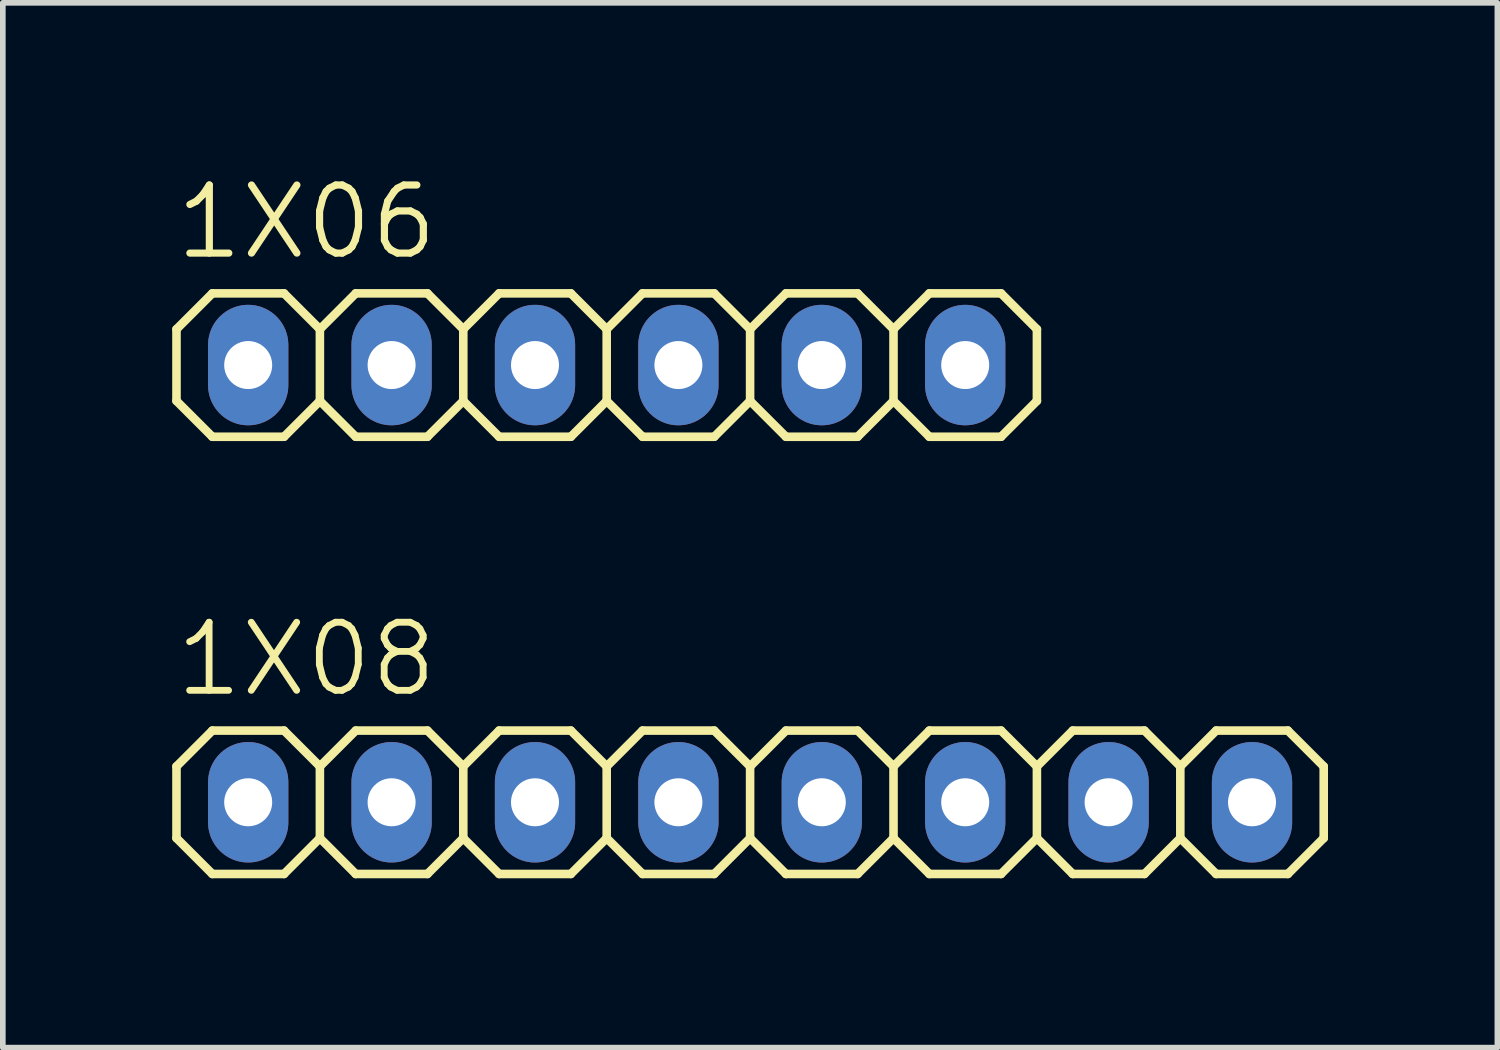
<source format=kicad_pcb>
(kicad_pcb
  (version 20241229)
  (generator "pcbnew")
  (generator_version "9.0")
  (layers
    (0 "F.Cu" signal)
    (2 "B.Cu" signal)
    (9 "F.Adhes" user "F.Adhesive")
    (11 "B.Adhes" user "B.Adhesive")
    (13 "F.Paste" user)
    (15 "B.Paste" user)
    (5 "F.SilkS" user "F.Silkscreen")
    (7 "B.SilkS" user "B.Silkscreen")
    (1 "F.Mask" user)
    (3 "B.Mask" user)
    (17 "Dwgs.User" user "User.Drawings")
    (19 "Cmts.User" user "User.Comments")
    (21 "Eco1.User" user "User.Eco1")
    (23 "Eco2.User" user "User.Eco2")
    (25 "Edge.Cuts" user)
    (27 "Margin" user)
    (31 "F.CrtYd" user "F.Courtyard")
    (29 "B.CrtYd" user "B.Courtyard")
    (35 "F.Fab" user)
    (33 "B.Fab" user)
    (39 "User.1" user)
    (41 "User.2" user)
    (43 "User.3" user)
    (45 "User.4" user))
  (footprint "1X06"
    (layer "F.Cu")
    (at 7.696 3.416)
    (property "Reference" "1X06" (at -7.696 -1.829 0) (layer "F.SilkS") (effects (font (size 1.206 1.206) (thickness 0.127)) (justify left bottom)))
    (attr through_hole)
    (fp_line (start -7.62 -0.635) (end -7.62 0.635) (stroke (width 0.152) (type solid)) (layer "F.SilkS"))
    (fp_line (start -7.62 0.635) (end -6.985 1.27) (stroke (width 0.152) (type solid)) (layer "F.SilkS"))
    (fp_line (start -6.985 -1.27) (end -7.62 -0.635) (stroke (width 0.152) (type solid)) (layer "F.SilkS"))
    (fp_line (start -6.985 -1.27) (end -5.715 -1.27) (stroke (width 0.152) (type solid)) (layer "F.SilkS"))
    (fp_line (start -5.715 -1.27) (end -5.08 -0.635) (stroke (width 0.152) (type solid)) (layer "F.SilkS"))
    (fp_line (start -5.715 1.27) (end -6.985 1.27) (stroke (width 0.152) (type solid)) (layer "F.SilkS"))
    (fp_line (start -5.08 -0.635) (end -5.08 0.635) (stroke (width 0.152) (type solid)) (layer "F.SilkS"))
    (fp_line (start -5.08 -0.635) (end -4.445 -1.27) (stroke (width 0.152) (type solid)) (layer "F.SilkS"))
    (fp_line (start -5.08 0.635) (end -5.715 1.27) (stroke (width 0.152) (type solid)) (layer "F.SilkS"))
    (fp_line (start -4.445 -1.27) (end -3.175 -1.27) (stroke (width 0.152) (type solid)) (layer "F.SilkS"))
    (fp_line (start -4.445 1.27) (end -5.08 0.635) (stroke (width 0.152) (type solid)) (layer "F.SilkS"))
    (fp_line (start -3.175 -1.27) (end -2.54 -0.635) (stroke (width 0.152) (type solid)) (layer "F.SilkS"))
    (fp_line (start -3.175 1.27) (end -4.445 1.27) (stroke (width 0.152) (type solid)) (layer "F.SilkS"))
    (fp_line (start -2.54 -0.635) (end -2.54 0.635) (stroke (width 0.152) (type solid)) (layer "F.SilkS"))
    (fp_line (start -2.54 -0.635) (end -1.905 -1.27) (stroke (width 0.152) (type solid)) (layer "F.SilkS"))
    (fp_line (start -2.54 0.635) (end -3.175 1.27) (stroke (width 0.152) (type solid)) (layer "F.SilkS"))
    (fp_line (start -1.905 -1.27) (end -0.635 -1.27) (stroke (width 0.152) (type solid)) (layer "F.SilkS"))
    (fp_line (start -1.905 1.27) (end -2.54 0.635) (stroke (width 0.152) (type solid)) (layer "F.SilkS"))
    (fp_line (start -0.635 -1.27) (end 0 -0.635) (stroke (width 0.152) (type solid)) (layer "F.SilkS"))
    (fp_line (start -0.635 1.27) (end -1.905 1.27) (stroke (width 0.152) (type solid)) (layer "F.SilkS"))
    (fp_line (start 0 -0.635) (end 0 0.635) (stroke (width 0.152) (type solid)) (layer "F.SilkS"))
    (fp_line (start 0 0.635) (end -0.635 1.27) (stroke (width 0.152) (type solid)) (layer "F.SilkS"))
    (fp_line (start 0 0.635) (end 0.635 1.27) (stroke (width 0.152) (type solid)) (layer "F.SilkS"))
    (fp_line (start 0.635 -1.27) (end 0 -0.635) (stroke (width 0.152) (type solid)) (layer "F.SilkS"))
    (fp_line (start 0.635 -1.27) (end 1.905 -1.27) (stroke (width 0.152) (type solid)) (layer "F.SilkS"))
    (fp_line (start 1.905 -1.27) (end 2.54 -0.635) (stroke (width 0.152) (type solid)) (layer "F.SilkS"))
    (fp_line (start 1.905 1.27) (end 0.635 1.27) (stroke (width 0.152) (type solid)) (layer "F.SilkS"))
    (fp_line (start 2.54 -0.635) (end 2.54 0.635) (stroke (width 0.152) (type solid)) (layer "F.SilkS"))
    (fp_line (start 2.54 -0.635) (end 3.175 -1.27) (stroke (width 0.152) (type solid)) (layer "F.SilkS"))
    (fp_line (start 2.54 0.635) (end 1.905 1.27) (stroke (width 0.152) (type solid)) (layer "F.SilkS"))
    (fp_line (start 3.175 -1.27) (end 4.445 -1.27) (stroke (width 0.152) (type solid)) (layer "F.SilkS"))
    (fp_line (start 3.175 1.27) (end 2.54 0.635) (stroke (width 0.152) (type solid)) (layer "F.SilkS"))
    (fp_line (start 4.445 -1.27) (end 5.08 -0.635) (stroke (width 0.152) (type solid)) (layer "F.SilkS"))
    (fp_line (start 4.445 1.27) (end 3.175 1.27) (stroke (width 0.152) (type solid)) (layer "F.SilkS"))
    (fp_line (start 5.08 -0.635) (end 5.08 0.635) (stroke (width 0.152) (type solid)) (layer "F.SilkS"))
    (fp_line (start 5.08 0.635) (end 4.445 1.27) (stroke (width 0.152) (type solid)) (layer "F.SilkS"))
    (fp_line (start 5.08 0.635) (end 5.715 1.27) (stroke (width 0.152) (type solid)) (layer "F.SilkS"))
    (fp_line (start 5.715 -1.27) (end 5.08 -0.635) (stroke (width 0.152) (type solid)) (layer "F.SilkS"))
    (fp_line (start 5.715 -1.27) (end 6.985 -1.27) (stroke (width 0.152) (type solid)) (layer "F.SilkS"))
    (fp_line (start 6.985 -1.27) (end 7.62 -0.635) (stroke (width 0.152) (type solid)) (layer "F.SilkS"))
    (fp_line (start 6.985 1.27) (end 5.715 1.27) (stroke (width 0.152) (type solid)) (layer "F.SilkS"))
    (fp_line (start 7.62 -0.635) (end 7.62 0.635) (stroke (width 0.152) (type solid)) (layer "F.SilkS"))
    (fp_line (start 7.62 0.635) (end 6.985 1.27) (stroke (width 0.152) (type solid)) (layer "F.SilkS"))
    (fp_poly (pts (xy -6.604 0.254) (xy -6.096 0.254) (xy -6.096 -0.254) (xy -6.604 -0.254)) (stroke (width 0.1) (type solid)) (fill no) (layer "F.Fab"))
    (fp_poly (pts (xy -4.064 0.254) (xy -3.556 0.254) (xy -3.556 -0.254) (xy -4.064 -0.254)) (stroke (width 0.1) (type solid)) (fill no) (layer "F.Fab"))
    (fp_poly (pts (xy -1.524 0.254) (xy -1.016 0.254) (xy -1.016 -0.254) (xy -1.524 -0.254)) (stroke (width 0.1) (type solid)) (fill no) (layer "F.Fab"))
    (fp_poly (pts (xy 1.016 0.254) (xy 1.524 0.254) (xy 1.524 -0.254) (xy 1.016 -0.254)) (stroke (width 0.1) (type solid)) (fill no) (layer "F.Fab"))
    (fp_poly (pts (xy 3.556 0.254) (xy 4.064 0.254) (xy 4.064 -0.254) (xy 3.556 -0.254)) (stroke (width 0.1) (type solid)) (fill no) (layer "F.Fab"))
    (fp_poly (pts (xy 6.096 0.254) (xy 6.604 0.254) (xy 6.604 -0.254) (xy 6.096 -0.254)) (stroke (width 0.1) (type solid)) (fill no) (layer "F.Fab"))
    (pad "1" thru_hole oval (at -6.35 0 90) (size 2.134 1.422) (drill 0.85) (layers "*.Cu" "*.Mask"))
    (pad "2" thru_hole oval (at -3.81 0 90) (size 2.134 1.422) (drill 0.85) (layers "*.Cu" "*.Mask"))
    (pad "3" thru_hole oval (at -1.27 0 90) (size 2.134 1.422) (drill 0.85) (layers "*.Cu" "*.Mask"))
    (pad "4" thru_hole oval (at 1.27 0 90) (size 2.134 1.422) (drill 0.85) (layers "*.Cu" "*.Mask"))
    (pad "5" thru_hole oval (at 3.81 0 90) (size 2.134 1.422) (drill 0.85) (layers "*.Cu" "*.Mask"))
    (pad "6" thru_hole oval (at 6.35 0 90) (size 2.134 1.422) (drill 0.85) (layers "*.Cu" "*.Mask")))
  (footprint "1X08"
    (layer "F.Cu")
    (at 10.236 11.16)
    (property "Reference" "1X08" (at -10.236 -1.829 0) (layer "F.SilkS") (effects (font (size 1.206 1.206) (thickness 0.121)) (justify left bottom)))
    (attr through_hole)
    (fp_line (start -10.16 -0.635) (end -10.16 0.635) (stroke (width 0.152) (type solid)) (layer "F.SilkS"))
    (fp_line (start -10.16 0.635) (end -9.525 1.27) (stroke (width 0.152) (type solid)) (layer "F.SilkS"))
    (fp_line (start -9.525 -1.27) (end -10.16 -0.635) (stroke (width 0.152) (type solid)) (layer "F.SilkS"))
    (fp_line (start -9.525 -1.27) (end -8.255 -1.27) (stroke (width 0.152) (type solid)) (layer "F.SilkS"))
    (fp_line (start -8.255 -1.27) (end -7.62 -0.635) (stroke (width 0.152) (type solid)) (layer "F.SilkS"))
    (fp_line (start -8.255 1.27) (end -9.525 1.27) (stroke (width 0.152) (type solid)) (layer "F.SilkS"))
    (fp_line (start -7.62 -0.635) (end -7.62 0.635) (stroke (width 0.152) (type solid)) (layer "F.SilkS"))
    (fp_line (start -7.62 -0.635) (end -6.985 -1.27) (stroke (width 0.152) (type solid)) (layer "F.SilkS"))
    (fp_line (start -7.62 0.635) (end -8.255 1.27) (stroke (width 0.152) (type solid)) (layer "F.SilkS"))
    (fp_line (start -6.985 -1.27) (end -5.715 -1.27) (stroke (width 0.152) (type solid)) (layer "F.SilkS"))
    (fp_line (start -6.985 1.27) (end -7.62 0.635) (stroke (width 0.152) (type solid)) (layer "F.SilkS"))
    (fp_line (start -5.715 -1.27) (end -5.08 -0.635) (stroke (width 0.152) (type solid)) (layer "F.SilkS"))
    (fp_line (start -5.715 1.27) (end -6.985 1.27) (stroke (width 0.152) (type solid)) (layer "F.SilkS"))
    (fp_line (start -5.08 -0.635) (end -5.08 0.635) (stroke (width 0.152) (type solid)) (layer "F.SilkS"))
    (fp_line (start -5.08 -0.635) (end -4.445 -1.27) (stroke (width 0.152) (type solid)) (layer "F.SilkS"))
    (fp_line (start -5.08 0.635) (end -5.715 1.27) (stroke (width 0.152) (type solid)) (layer "F.SilkS"))
    (fp_line (start -4.445 -1.27) (end -3.175 -1.27) (stroke (width 0.152) (type solid)) (layer "F.SilkS"))
    (fp_line (start -4.445 1.27) (end -5.08 0.635) (stroke (width 0.152) (type solid)) (layer "F.SilkS"))
    (fp_line (start -3.175 -1.27) (end -2.54 -0.635) (stroke (width 0.152) (type solid)) (layer "F.SilkS"))
    (fp_line (start -3.175 1.27) (end -4.445 1.27) (stroke (width 0.152) (type solid)) (layer "F.SilkS"))
    (fp_line (start -2.54 -0.635) (end -2.54 0.635) (stroke (width 0.152) (type solid)) (layer "F.SilkS"))
    (fp_line (start -2.54 0.635) (end -3.175 1.27) (stroke (width 0.152) (type solid)) (layer "F.SilkS"))
    (fp_line (start -2.54 0.635) (end -1.905 1.27) (stroke (width 0.152) (type solid)) (layer "F.SilkS"))
    (fp_line (start -1.905 -1.27) (end -2.54 -0.635) (stroke (width 0.152) (type solid)) (layer "F.SilkS"))
    (fp_line (start -1.905 -1.27) (end -0.635 -1.27) (stroke (width 0.152) (type solid)) (layer "F.SilkS"))
    (fp_line (start -0.635 -1.27) (end 0 -0.635) (stroke (width 0.152) (type solid)) (layer "F.SilkS"))
    (fp_line (start -0.635 1.27) (end -1.905 1.27) (stroke (width 0.152) (type solid)) (layer "F.SilkS"))
    (fp_line (start 0 -0.635) (end 0 0.635) (stroke (width 0.152) (type solid)) (layer "F.SilkS"))
    (fp_line (start 0 -0.635) (end 0.635 -1.27) (stroke (width 0.152) (type solid)) (layer "F.SilkS"))
    (fp_line (start 0 0.635) (end -0.635 1.27) (stroke (width 0.152) (type solid)) (layer "F.SilkS"))
    (fp_line (start 0.635 -1.27) (end 1.905 -1.27) (stroke (width 0.152) (type solid)) (layer "F.SilkS"))
    (fp_line (start 0.635 1.27) (end 0 0.635) (stroke (width 0.152) (type solid)) (layer "F.SilkS"))
    (fp_line (start 1.905 -1.27) (end 2.54 -0.635) (stroke (width 0.152) (type solid)) (layer "F.SilkS"))
    (fp_line (start 1.905 1.27) (end 0.635 1.27) (stroke (width 0.152) (type solid)) (layer "F.SilkS"))
    (fp_line (start 2.54 -0.635) (end 2.54 0.635) (stroke (width 0.152) (type solid)) (layer "F.SilkS"))
    (fp_line (start 2.54 -0.635) (end 3.175 -1.27) (stroke (width 0.152) (type solid)) (layer "F.SilkS"))
    (fp_line (start 2.54 0.635) (end 1.905 1.27) (stroke (width 0.152) (type solid)) (layer "F.SilkS"))
    (fp_line (start 3.175 -1.27) (end 4.445 -1.27) (stroke (width 0.152) (type solid)) (layer "F.SilkS"))
    (fp_line (start 3.175 1.27) (end 2.54 0.635) (stroke (width 0.152) (type solid)) (layer "F.SilkS"))
    (fp_line (start 4.445 -1.27) (end 5.08 -0.635) (stroke (width 0.152) (type solid)) (layer "F.SilkS"))
    (fp_line (start 4.445 1.27) (end 3.175 1.27) (stroke (width 0.152) (type solid)) (layer "F.SilkS"))
    (fp_line (start 5.08 -0.635) (end 5.08 0.635) (stroke (width 0.152) (type solid)) (layer "F.SilkS"))
    (fp_line (start 5.08 0.635) (end 4.445 1.27) (stroke (width 0.152) (type solid)) (layer "F.SilkS"))
    (fp_line (start 5.08 0.635) (end 5.715 1.27) (stroke (width 0.152) (type solid)) (layer "F.SilkS"))
    (fp_line (start 5.715 -1.27) (end 5.08 -0.635) (stroke (width 0.152) (type solid)) (layer "F.SilkS"))
    (fp_line (start 5.715 -1.27) (end 6.985 -1.27) (stroke (width 0.152) (type solid)) (layer "F.SilkS"))
    (fp_line (start 6.985 -1.27) (end 7.62 -0.635) (stroke (width 0.152) (type solid)) (layer "F.SilkS"))
    (fp_line (start 6.985 1.27) (end 5.715 1.27) (stroke (width 0.152) (type solid)) (layer "F.SilkS"))
    (fp_line (start 7.62 -0.635) (end 7.62 0.635) (stroke (width 0.152) (type solid)) (layer "F.SilkS"))
    (fp_line (start 7.62 0.635) (end 6.985 1.27) (stroke (width 0.152) (type solid)) (layer "F.SilkS"))
    (fp_line (start 7.62 0.635) (end 8.255 1.27) (stroke (width 0.152) (type solid)) (layer "F.SilkS"))
    (fp_line (start 8.255 -1.27) (end 7.62 -0.635) (stroke (width 0.152) (type solid)) (layer "F.SilkS"))
    (fp_line (start 8.255 -1.27) (end 9.525 -1.27) (stroke (width 0.152) (type solid)) (layer "F.SilkS"))
    (fp_line (start 9.525 -1.27) (end 10.16 -0.635) (stroke (width 0.152) (type solid)) (layer "F.SilkS"))
    (fp_line (start 9.525 1.27) (end 8.255 1.27) (stroke (width 0.152) (type solid)) (layer "F.SilkS"))
    (fp_line (start 10.16 -0.635) (end 10.16 0.635) (stroke (width 0.152) (type solid)) (layer "F.SilkS"))
    (fp_line (start 10.16 0.635) (end 9.525 1.27) (stroke (width 0.152) (type solid)) (layer "F.SilkS"))
    (fp_poly (pts (xy -9.144 0.254) (xy -8.636 0.254) (xy -8.636 -0.254) (xy -9.144 -0.254)) (stroke (width 0.1) (type solid)) (fill no) (layer "F.Fab"))
    (fp_poly (pts (xy -6.604 0.254) (xy -6.096 0.254) (xy -6.096 -0.254) (xy -6.604 -0.254)) (stroke (width 0.1) (type solid)) (fill no) (layer "F.Fab"))
    (fp_poly (pts (xy -4.064 0.254) (xy -3.556 0.254) (xy -3.556 -0.254) (xy -4.064 -0.254)) (stroke (width 0.1) (type solid)) (fill no) (layer "F.Fab"))
    (fp_poly (pts (xy -1.524 0.254) (xy -1.016 0.254) (xy -1.016 -0.254) (xy -1.524 -0.254)) (stroke (width 0.1) (type solid)) (fill no) (layer "F.Fab"))
    (fp_poly (pts (xy 1.016 0.254) (xy 1.524 0.254) (xy 1.524 -0.254) (xy 1.016 -0.254)) (stroke (width 0.1) (type solid)) (fill no) (layer "F.Fab"))
    (fp_poly (pts (xy 3.556 0.254) (xy 4.064 0.254) (xy 4.064 -0.254) (xy 3.556 -0.254)) (stroke (width 0.1) (type solid)) (fill no) (layer "F.Fab"))
    (fp_poly (pts (xy 6.096 0.254) (xy 6.604 0.254) (xy 6.604 -0.254) (xy 6.096 -0.254)) (stroke (width 0.1) (type solid)) (fill no) (layer "F.Fab"))
    (fp_poly (pts (xy 8.636 0.254) (xy 9.144 0.254) (xy 9.144 -0.254) (xy 8.636 -0.254)) (stroke (width 0.1) (type solid)) (fill no) (layer "F.Fab"))
    (pad "1" thru_hole oval (at -8.89 0 90) (size 2.134 1.422) (drill 0.85) (layers "*.Cu" "*.Mask"))
    (pad "2" thru_hole oval (at -6.35 0 90) (size 2.134 1.422) (drill 0.85) (layers "*.Cu" "*.Mask"))
    (pad "3" thru_hole oval (at -3.81 0 90) (size 2.134 1.422) (drill 0.85) (layers "*.Cu" "*.Mask"))
    (pad "4" thru_hole oval (at -1.27 0 90) (size 2.134 1.422) (drill 0.85) (layers "*.Cu" "*.Mask"))
    (pad "5" thru_hole oval (at 1.27 0 90) (size 2.134 1.422) (drill 0.85) (layers "*.Cu" "*.Mask"))
    (pad "6" thru_hole oval (at 3.81 0 90) (size 2.134 1.422) (drill 0.85) (layers "*.Cu" "*.Mask"))
    (pad "7" thru_hole oval (at 6.35 0 90) (size 2.134 1.422) (drill 0.85) (layers "*.Cu" "*.Mask"))
    (pad "8" thru_hole oval (at 8.89 0 90) (size 2.134 1.422) (drill 0.85) (layers "*.Cu" "*.Mask")))
  (gr_rect
    (start -3 -3)
    (end 23.472 15.506)
    (stroke (width 0.1) (type default))
    (fill no)
    (layer "Edge.Cuts")))
</source>
